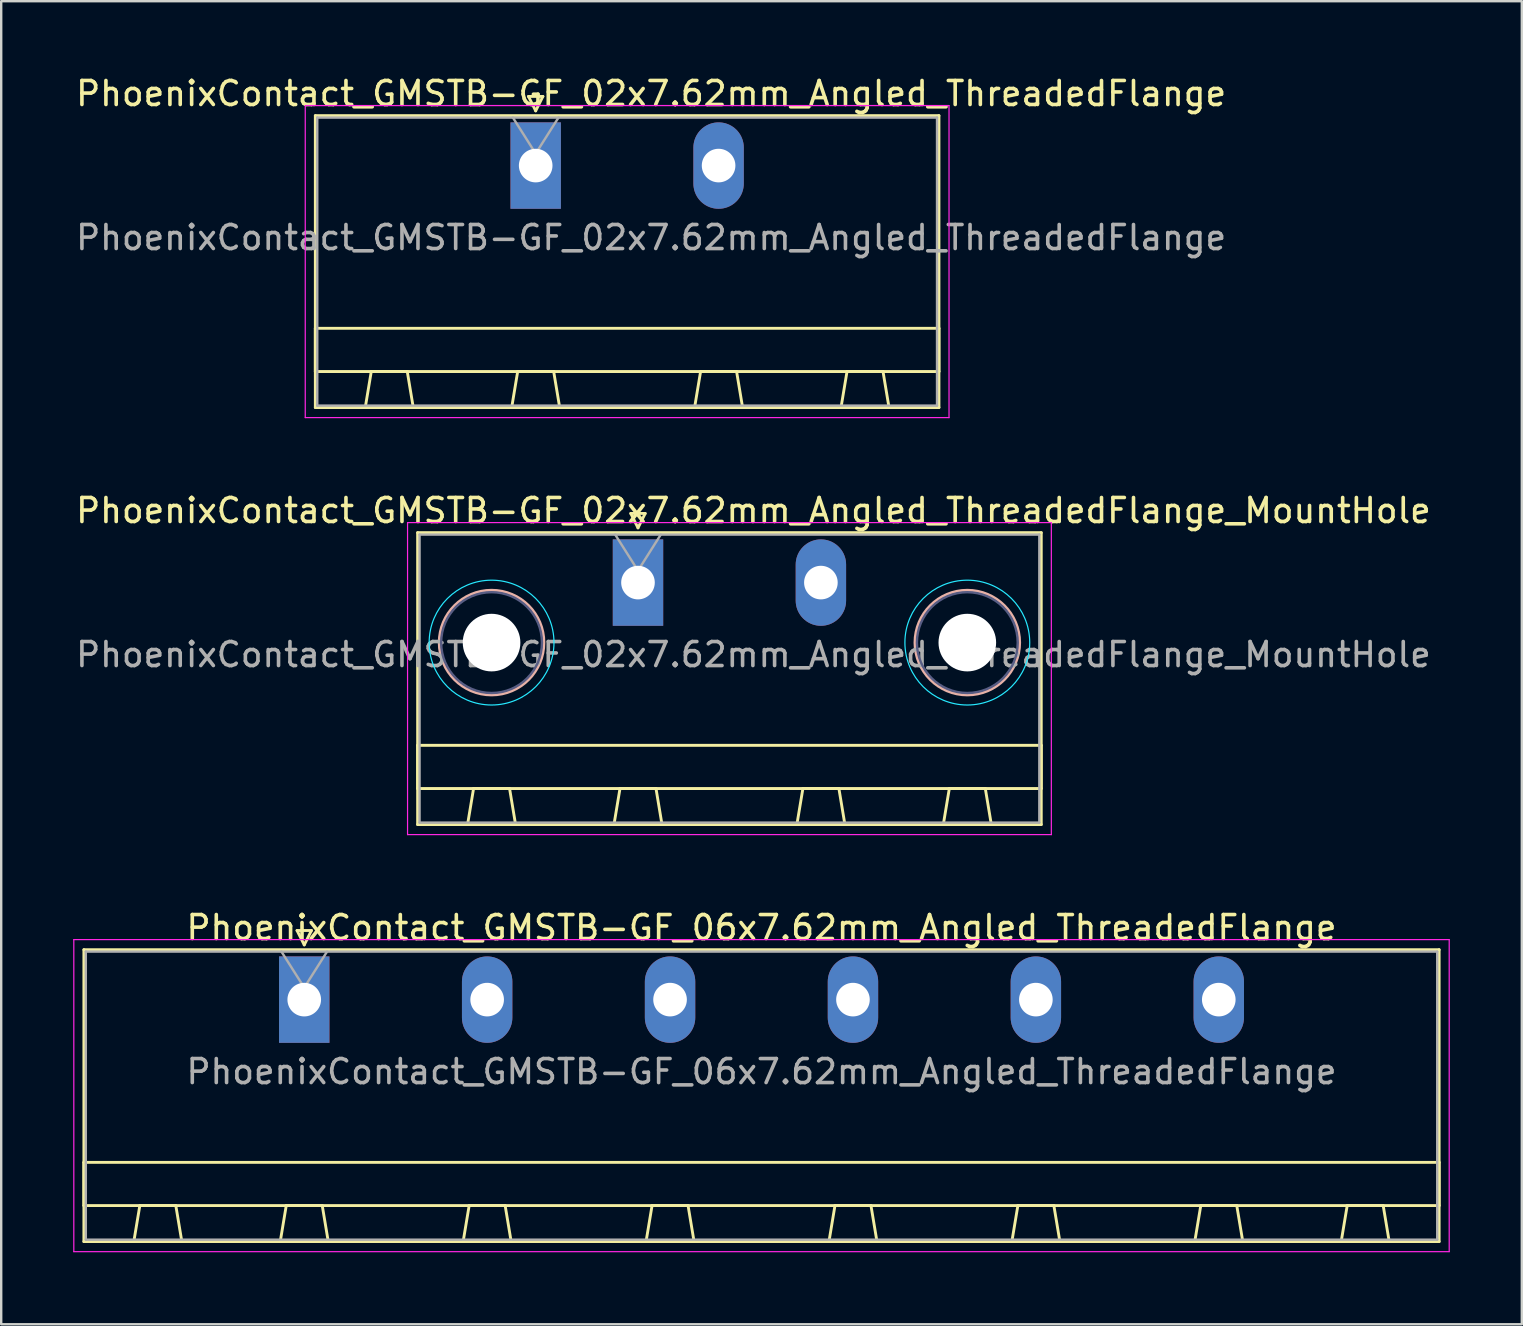
<source format=kicad_pcb>
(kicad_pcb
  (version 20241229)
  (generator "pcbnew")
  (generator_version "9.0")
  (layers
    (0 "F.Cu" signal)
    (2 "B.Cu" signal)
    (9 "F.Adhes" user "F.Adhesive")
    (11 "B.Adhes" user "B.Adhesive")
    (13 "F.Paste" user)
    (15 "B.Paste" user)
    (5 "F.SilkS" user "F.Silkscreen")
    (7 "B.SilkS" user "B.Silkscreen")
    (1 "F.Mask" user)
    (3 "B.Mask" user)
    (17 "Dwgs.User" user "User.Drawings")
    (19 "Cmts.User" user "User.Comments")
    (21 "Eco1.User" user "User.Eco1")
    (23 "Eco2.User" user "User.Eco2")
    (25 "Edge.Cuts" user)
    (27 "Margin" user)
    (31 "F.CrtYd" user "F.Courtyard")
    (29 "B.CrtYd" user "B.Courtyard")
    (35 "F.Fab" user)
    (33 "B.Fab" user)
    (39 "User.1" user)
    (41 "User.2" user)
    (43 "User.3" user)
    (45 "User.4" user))
  (footprint "PhoenixContact_GMSTB-GF_02x7.62mm_Angled_ThreadedFlange"
    (layer "F.Cu")
    (at 19.267 3.848)
    (property "Reference" "PhoenixContact_GMSTB-GF_02x7.62mm_Angled_ThreadedFlange" (at 4.81 -3 0) (layer "F.SilkS") (effects (font (size 1 1) (thickness 0.15))))
    (attr through_hole)
    (fp_line (start -9.18 -2.08) (end -9.18 10.08) (stroke (width 0.12) (type solid)) (layer "F.SilkS"))
    (fp_line (start -9.18 6.78) (end 16.8 6.78) (stroke (width 0.12) (type solid)) (layer "F.SilkS"))
    (fp_line (start -9.18 8.58) (end -9.18 6.78) (stroke (width 0.12) (type solid)) (layer "F.SilkS"))
    (fp_line (start -9.18 10.08) (end 16.8 10.08) (stroke (width 0.12) (type solid)) (layer "F.SilkS"))
    (fp_line (start -7.1 10.08) (end -5.1 10.08) (stroke (width 0.12) (type solid)) (layer "F.SilkS"))
    (fp_line (start -6.85 8.58) (end -7.1 10.08) (stroke (width 0.12) (type solid)) (layer "F.SilkS"))
    (fp_line (start -5.35 8.58) (end -6.85 8.58) (stroke (width 0.12) (type solid)) (layer "F.SilkS"))
    (fp_line (start -5.1 10.08) (end -5.35 8.58) (stroke (width 0.12) (type solid)) (layer "F.SilkS"))
    (fp_line (start -1 10.08) (end 1 10.08) (stroke (width 0.12) (type solid)) (layer "F.SilkS"))
    (fp_line (start -0.75 8.58) (end -1 10.08) (stroke (width 0.12) (type solid)) (layer "F.SilkS"))
    (fp_line (start -0.3 -2.88) (end 0.3 -2.88) (stroke (width 0.12) (type solid)) (layer "F.SilkS"))
    (fp_line (start 0 -2.28) (end -0.3 -2.88) (stroke (width 0.12) (type solid)) (layer "F.SilkS"))
    (fp_line (start 0.3 -2.88) (end 0 -2.28) (stroke (width 0.12) (type solid)) (layer "F.SilkS"))
    (fp_line (start 0.75 8.58) (end -0.75 8.58) (stroke (width 0.12) (type solid)) (layer "F.SilkS"))
    (fp_line (start 1 10.08) (end 0.75 8.58) (stroke (width 0.12) (type solid)) (layer "F.SilkS"))
    (fp_line (start 6.62 10.08) (end 8.62 10.08) (stroke (width 0.12) (type solid)) (layer "F.SilkS"))
    (fp_line (start 6.87 8.58) (end 6.62 10.08) (stroke (width 0.12) (type solid)) (layer "F.SilkS"))
    (fp_line (start 8.37 8.58) (end 6.87 8.58) (stroke (width 0.12) (type solid)) (layer "F.SilkS"))
    (fp_line (start 8.62 10.08) (end 8.37 8.58) (stroke (width 0.12) (type solid)) (layer "F.SilkS"))
    (fp_line (start 12.72 10.08) (end 14.72 10.08) (stroke (width 0.12) (type solid)) (layer "F.SilkS"))
    (fp_line (start 12.97 8.58) (end 12.72 10.08) (stroke (width 0.12) (type solid)) (layer "F.SilkS"))
    (fp_line (start 14.47 8.58) (end 12.97 8.58) (stroke (width 0.12) (type solid)) (layer "F.SilkS"))
    (fp_line (start 14.72 10.08) (end 14.47 8.58) (stroke (width 0.12) (type solid)) (layer "F.SilkS"))
    (fp_line (start 16.8 -2.08) (end -9.18 -2.08) (stroke (width 0.12) (type solid)) (layer "F.SilkS"))
    (fp_line (start 16.8 6.78) (end 16.8 8.58) (stroke (width 0.12) (type solid)) (layer "F.SilkS"))
    (fp_line (start 16.8 8.58) (end -9.18 8.58) (stroke (width 0.12) (type solid)) (layer "F.SilkS"))
    (fp_line (start 16.8 10.08) (end 16.8 -2.08) (stroke (width 0.12) (type solid)) (layer "F.SilkS"))
    (fp_line (start -9.6 -2.5) (end -9.6 10.5) (stroke (width 0.05) (type solid)) (layer "F.CrtYd"))
    (fp_line (start -9.6 10.5) (end 17.22 10.5) (stroke (width 0.05) (type solid)) (layer "F.CrtYd"))
    (fp_line (start 17.22 -2.5) (end -9.6 -2.5) (stroke (width 0.05) (type solid)) (layer "F.CrtYd"))
    (fp_line (start 17.22 10.5) (end 17.22 -2.5) (stroke (width 0.05) (type solid)) (layer "F.CrtYd"))
    (fp_line (start -9.1 -2) (end -9.1 10) (stroke (width 0.1) (type solid)) (layer "F.Fab"))
    (fp_line (start -9.1 10) (end 16.72 10) (stroke (width 0.1) (type solid)) (layer "F.Fab"))
    (fp_line (start 0 -0.5) (end -0.95 -2) (stroke (width 0.1) (type solid)) (layer "F.Fab"))
    (fp_line (start 0.95 -2) (end 0 -0.5) (stroke (width 0.1) (type solid)) (layer "F.Fab"))
    (fp_line (start 16.72 -2) (end -9.1 -2) (stroke (width 0.1) (type solid)) (layer "F.Fab"))
    (fp_line (start 16.72 10) (end 16.72 -2) (stroke (width 0.1) (type solid)) (layer "F.Fab"))
    (fp_text user "${REFERENCE}" (at 4.81 3 0) (layer "F.Fab") (effects (font (size 1 1) (thickness 0.15))))
    (pad "1" thru_hole rect (at 0 0) (size 2.1 3.6) (drill 1.4) (layers "*.Cu" "*.Mask"))
    (pad "2" thru_hole oval (at 7.62 0) (size 2.1 3.6) (drill 1.4) (layers "*.Cu" "*.Mask")))
  (footprint "PhoenixContact_GMSTB-GF_02x7.62mm_Angled_ThreadedFlange_MountHole"
    (layer "F.Cu")
    (at 23.529 21.221)
    (property "Reference" "PhoenixContact_GMSTB-GF_02x7.62mm_Angled_ThreadedFlange_MountHole" (at 4.81 -3 0) (layer "F.SilkS") (effects (font (size 1 1) (thickness 0.15))))
    (attr through_hole)
    (fp_line (start -9.18 -2.08) (end -9.18 10.08) (stroke (width 0.12) (type solid)) (layer "F.SilkS"))
    (fp_line (start -9.18 6.78) (end 16.8 6.78) (stroke (width 0.12) (type solid)) (layer "F.SilkS"))
    (fp_line (start -9.18 8.58) (end -9.18 6.78) (stroke (width 0.12) (type solid)) (layer "F.SilkS"))
    (fp_line (start -9.18 10.08) (end 16.8 10.08) (stroke (width 0.12) (type solid)) (layer "F.SilkS"))
    (fp_line (start -7.1 10.08) (end -5.1 10.08) (stroke (width 0.12) (type solid)) (layer "F.SilkS"))
    (fp_line (start -6.85 8.58) (end -7.1 10.08) (stroke (width 0.12) (type solid)) (layer "F.SilkS"))
    (fp_line (start -5.35 8.58) (end -6.85 8.58) (stroke (width 0.12) (type solid)) (layer "F.SilkS"))
    (fp_line (start -5.1 10.08) (end -5.35 8.58) (stroke (width 0.12) (type solid)) (layer "F.SilkS"))
    (fp_line (start -1 10.08) (end 1 10.08) (stroke (width 0.12) (type solid)) (layer "F.SilkS"))
    (fp_line (start -0.75 8.58) (end -1 10.08) (stroke (width 0.12) (type solid)) (layer "F.SilkS"))
    (fp_line (start -0.3 -2.88) (end 0.3 -2.88) (stroke (width 0.12) (type solid)) (layer "F.SilkS"))
    (fp_line (start 0 -2.28) (end -0.3 -2.88) (stroke (width 0.12) (type solid)) (layer "F.SilkS"))
    (fp_line (start 0.3 -2.88) (end 0 -2.28) (stroke (width 0.12) (type solid)) (layer "F.SilkS"))
    (fp_line (start 0.75 8.58) (end -0.75 8.58) (stroke (width 0.12) (type solid)) (layer "F.SilkS"))
    (fp_line (start 1 10.08) (end 0.75 8.58) (stroke (width 0.12) (type solid)) (layer "F.SilkS"))
    (fp_line (start 6.62 10.08) (end 8.62 10.08) (stroke (width 0.12) (type solid)) (layer "F.SilkS"))
    (fp_line (start 6.87 8.58) (end 6.62 10.08) (stroke (width 0.12) (type solid)) (layer "F.SilkS"))
    (fp_line (start 8.37 8.58) (end 6.87 8.58) (stroke (width 0.12) (type solid)) (layer "F.SilkS"))
    (fp_line (start 8.62 10.08) (end 8.37 8.58) (stroke (width 0.12) (type solid)) (layer "F.SilkS"))
    (fp_line (start 12.72 10.08) (end 14.72 10.08) (stroke (width 0.12) (type solid)) (layer "F.SilkS"))
    (fp_line (start 12.97 8.58) (end 12.72 10.08) (stroke (width 0.12) (type solid)) (layer "F.SilkS"))
    (fp_line (start 14.47 8.58) (end 12.97 8.58) (stroke (width 0.12) (type solid)) (layer "F.SilkS"))
    (fp_line (start 14.72 10.08) (end 14.47 8.58) (stroke (width 0.12) (type solid)) (layer "F.SilkS"))
    (fp_line (start 16.8 -2.08) (end -9.18 -2.08) (stroke (width 0.12) (type solid)) (layer "F.SilkS"))
    (fp_line (start 16.8 6.78) (end 16.8 8.58) (stroke (width 0.12) (type solid)) (layer "F.SilkS"))
    (fp_line (start 16.8 8.58) (end -9.18 8.58) (stroke (width 0.12) (type solid)) (layer "F.SilkS"))
    (fp_line (start 16.8 10.08) (end 16.8 -2.08) (stroke (width 0.12) (type solid)) (layer "F.SilkS"))
    (fp_circle (center -6.1 2.5) (end -3.92 2.5) (stroke (width 0.12) (type solid)) (fill no) (layer "B.SilkS"))
    (fp_circle (center 13.72 2.5) (end 15.9 2.5) (stroke (width 0.12) (type solid)) (fill no) (layer "B.SilkS"))
    (fp_circle (center -6.1 2.5) (end -3.5 2.5) (stroke (width 0.05) (type solid)) (fill no) (layer "B.CrtYd"))
    (fp_circle (center 13.72 2.5) (end 16.32 2.5) (stroke (width 0.05) (type solid)) (fill no) (layer "B.CrtYd"))
    (fp_line (start -9.6 -2.5) (end -9.6 10.5) (stroke (width 0.05) (type solid)) (layer "F.CrtYd"))
    (fp_line (start -9.6 10.5) (end 17.22 10.5) (stroke (width 0.05) (type solid)) (layer "F.CrtYd"))
    (fp_line (start 17.22 -2.5) (end -9.6 -2.5) (stroke (width 0.05) (type solid)) (layer "F.CrtYd"))
    (fp_line (start 17.22 10.5) (end 17.22 -2.5) (stroke (width 0.05) (type solid)) (layer "F.CrtYd"))
    (fp_circle (center -6.1 2.5) (end -4 2.5) (stroke (width 0.1) (type solid)) (fill no) (layer "B.Fab"))
    (fp_circle (center 13.72 2.5) (end 15.82 2.5) (stroke (width 0.1) (type solid)) (fill no) (layer "B.Fab"))
    (fp_line (start -9.1 -2) (end -9.1 10) (stroke (width 0.1) (type solid)) (layer "F.Fab"))
    (fp_line (start -9.1 10) (end 16.72 10) (stroke (width 0.1) (type solid)) (layer "F.Fab"))
    (fp_line (start 0 -0.5) (end -0.95 -2) (stroke (width 0.1) (type solid)) (layer "F.Fab"))
    (fp_line (start 0.95 -2) (end 0 -0.5) (stroke (width 0.1) (type solid)) (layer "F.Fab"))
    (fp_line (start 16.72 -2) (end -9.1 -2) (stroke (width 0.1) (type solid)) (layer "F.Fab"))
    (fp_line (start 16.72 10) (end 16.72 -2) (stroke (width 0.1) (type solid)) (layer "F.Fab"))
    (fp_text user "${REFERENCE}" (at 4.81 3 0) (layer "F.Fab") (effects (font (size 1 1) (thickness 0.15))))
    (pad "" np_thru_hole circle (at -6.1 2.5) (size 2.4 2.4) (drill 2.4) (layers "*.Cu" "*.Mask"))
    (pad "" np_thru_hole circle (at 13.72 2.5) (size 2.4 2.4) (drill 2.4) (layers "*.Cu" "*.Mask"))
    (pad "1" thru_hole rect (at 0 0) (size 2.1 3.6) (drill 1.4) (layers "*.Cu" "*.Mask"))
    (pad "2" thru_hole oval (at 7.62 0) (size 2.1 3.6) (drill 1.4) (layers "*.Cu" "*.Mask")))
  (footprint "PhoenixContact_GMSTB-GF_06x7.62mm_Angled_ThreadedFlange"
    (layer "F.Cu")
    (at 9.625 38.595)
    (property "Reference" "PhoenixContact_GMSTB-GF_06x7.62mm_Angled_ThreadedFlange" (at 19.05 -3 0) (layer "F.SilkS") (effects (font (size 1 1) (thickness 0.15))))
    (attr through_hole)
    (fp_line (start -9.18 -2.08) (end -9.18 10.08) (stroke (width 0.12) (type solid)) (layer "F.SilkS"))
    (fp_line (start -9.18 6.78) (end 47.28 6.78) (stroke (width 0.12) (type solid)) (layer "F.SilkS"))
    (fp_line (start -9.18 8.58) (end -9.18 6.78) (stroke (width 0.12) (type solid)) (layer "F.SilkS"))
    (fp_line (start -9.18 10.08) (end 47.28 10.08) (stroke (width 0.12) (type solid)) (layer "F.SilkS"))
    (fp_line (start -7.1 10.08) (end -5.1 10.08) (stroke (width 0.12) (type solid)) (layer "F.SilkS"))
    (fp_line (start -6.85 8.58) (end -7.1 10.08) (stroke (width 0.12) (type solid)) (layer "F.SilkS"))
    (fp_line (start -5.35 8.58) (end -6.85 8.58) (stroke (width 0.12) (type solid)) (layer "F.SilkS"))
    (fp_line (start -5.1 10.08) (end -5.35 8.58) (stroke (width 0.12) (type solid)) (layer "F.SilkS"))
    (fp_line (start -1 10.08) (end 1 10.08) (stroke (width 0.12) (type solid)) (layer "F.SilkS"))
    (fp_line (start -0.75 8.58) (end -1 10.08) (stroke (width 0.12) (type solid)) (layer "F.SilkS"))
    (fp_line (start -0.3 -2.88) (end 0.3 -2.88) (stroke (width 0.12) (type solid)) (layer "F.SilkS"))
    (fp_line (start 0 -2.28) (end -0.3 -2.88) (stroke (width 0.12) (type solid)) (layer "F.SilkS"))
    (fp_line (start 0.3 -2.88) (end 0 -2.28) (stroke (width 0.12) (type solid)) (layer "F.SilkS"))
    (fp_line (start 0.75 8.58) (end -0.75 8.58) (stroke (width 0.12) (type solid)) (layer "F.SilkS"))
    (fp_line (start 1 10.08) (end 0.75 8.58) (stroke (width 0.12) (type solid)) (layer "F.SilkS"))
    (fp_line (start 6.62 10.08) (end 8.62 10.08) (stroke (width 0.12) (type solid)) (layer "F.SilkS"))
    (fp_line (start 6.87 8.58) (end 6.62 10.08) (stroke (width 0.12) (type solid)) (layer "F.SilkS"))
    (fp_line (start 8.37 8.58) (end 6.87 8.58) (stroke (width 0.12) (type solid)) (layer "F.SilkS"))
    (fp_line (start 8.62 10.08) (end 8.37 8.58) (stroke (width 0.12) (type solid)) (layer "F.SilkS"))
    (fp_line (start 14.24 10.08) (end 16.24 10.08) (stroke (width 0.12) (type solid)) (layer "F.SilkS"))
    (fp_line (start 14.49 8.58) (end 14.24 10.08) (stroke (width 0.12) (type solid)) (layer "F.SilkS"))
    (fp_line (start 15.99 8.58) (end 14.49 8.58) (stroke (width 0.12) (type solid)) (layer "F.SilkS"))
    (fp_line (start 16.24 10.08) (end 15.99 8.58) (stroke (width 0.12) (type solid)) (layer "F.SilkS"))
    (fp_line (start 21.86 10.08) (end 23.86 10.08) (stroke (width 0.12) (type solid)) (layer "F.SilkS"))
    (fp_line (start 22.11 8.58) (end 21.86 10.08) (stroke (width 0.12) (type solid)) (layer "F.SilkS"))
    (fp_line (start 23.61 8.58) (end 22.11 8.58) (stroke (width 0.12) (type solid)) (layer "F.SilkS"))
    (fp_line (start 23.86 10.08) (end 23.61 8.58) (stroke (width 0.12) (type solid)) (layer "F.SilkS"))
    (fp_line (start 29.48 10.08) (end 31.48 10.08) (stroke (width 0.12) (type solid)) (layer "F.SilkS"))
    (fp_line (start 29.73 8.58) (end 29.48 10.08) (stroke (width 0.12) (type solid)) (layer "F.SilkS"))
    (fp_line (start 31.23 8.58) (end 29.73 8.58) (stroke (width 0.12) (type solid)) (layer "F.SilkS"))
    (fp_line (start 31.48 10.08) (end 31.23 8.58) (stroke (width 0.12) (type solid)) (layer "F.SilkS"))
    (fp_line (start 37.1 10.08) (end 39.1 10.08) (stroke (width 0.12) (type solid)) (layer "F.SilkS"))
    (fp_line (start 37.35 8.58) (end 37.1 10.08) (stroke (width 0.12) (type solid)) (layer "F.SilkS"))
    (fp_line (start 38.85 8.58) (end 37.35 8.58) (stroke (width 0.12) (type solid)) (layer "F.SilkS"))
    (fp_line (start 39.1 10.08) (end 38.85 8.58) (stroke (width 0.12) (type solid)) (layer "F.SilkS"))
    (fp_line (start 43.2 10.08) (end 45.2 10.08) (stroke (width 0.12) (type solid)) (layer "F.SilkS"))
    (fp_line (start 43.45 8.58) (end 43.2 10.08) (stroke (width 0.12) (type solid)) (layer "F.SilkS"))
    (fp_line (start 44.95 8.58) (end 43.45 8.58) (stroke (width 0.12) (type solid)) (layer "F.SilkS"))
    (fp_line (start 45.2 10.08) (end 44.95 8.58) (stroke (width 0.12) (type solid)) (layer "F.SilkS"))
    (fp_line (start 47.28 -2.08) (end -9.18 -2.08) (stroke (width 0.12) (type solid)) (layer "F.SilkS"))
    (fp_line (start 47.28 6.78) (end 47.28 8.58) (stroke (width 0.12) (type solid)) (layer "F.SilkS"))
    (fp_line (start 47.28 8.58) (end -9.18 8.58) (stroke (width 0.12) (type solid)) (layer "F.SilkS"))
    (fp_line (start 47.28 10.08) (end 47.28 -2.08) (stroke (width 0.12) (type solid)) (layer "F.SilkS"))
    (fp_line (start -9.6 -2.5) (end -9.6 10.5) (stroke (width 0.05) (type solid)) (layer "F.CrtYd"))
    (fp_line (start -9.6 10.5) (end 47.7 10.5) (stroke (width 0.05) (type solid)) (layer "F.CrtYd"))
    (fp_line (start 47.7 -2.5) (end -9.6 -2.5) (stroke (width 0.05) (type solid)) (layer "F.CrtYd"))
    (fp_line (start 47.7 10.5) (end 47.7 -2.5) (stroke (width 0.05) (type solid)) (layer "F.CrtYd"))
    (fp_line (start -9.1 -2) (end -9.1 10) (stroke (width 0.1) (type solid)) (layer "F.Fab"))
    (fp_line (start -9.1 10) (end 47.2 10) (stroke (width 0.1) (type solid)) (layer "F.Fab"))
    (fp_line (start 0 -0.5) (end -0.95 -2) (stroke (width 0.1) (type solid)) (layer "F.Fab"))
    (fp_line (start 0.95 -2) (end 0 -0.5) (stroke (width 0.1) (type solid)) (layer "F.Fab"))
    (fp_line (start 47.2 -2) (end -9.1 -2) (stroke (width 0.1) (type solid)) (layer "F.Fab"))
    (fp_line (start 47.2 10) (end 47.2 -2) (stroke (width 0.1) (type solid)) (layer "F.Fab"))
    (fp_text user "${REFERENCE}" (at 19.05 3 0) (layer "F.Fab") (effects (font (size 1 1) (thickness 0.15))))
    (pad "1" thru_hole rect (at 0 0) (size 2.1 3.6) (drill 1.4) (layers "*.Cu" "*.Mask"))
    (pad "2" thru_hole oval (at 7.62 0) (size 2.1 3.6) (drill 1.4) (layers "*.Cu" "*.Mask"))
    (pad "3" thru_hole oval (at 15.24 0) (size 2.1 3.6) (drill 1.4) (layers "*.Cu" "*.Mask"))
    (pad "4" thru_hole oval (at 22.86 0) (size 2.1 3.6) (drill 1.4) (layers "*.Cu" "*.Mask"))
    (pad "5" thru_hole oval (at 30.48 0) (size 2.1 3.6) (drill 1.4) (layers "*.Cu" "*.Mask"))
    (pad "6" thru_hole oval (at 38.1 0) (size 2.1 3.6) (drill 1.4) (layers "*.Cu" "*.Mask")))
  (gr_rect
    (start -3 -3)
    (end 60.35 52.12)
    (stroke (width 0.1) (type default))
    (fill no)
    (layer "Edge.Cuts")))
</source>
